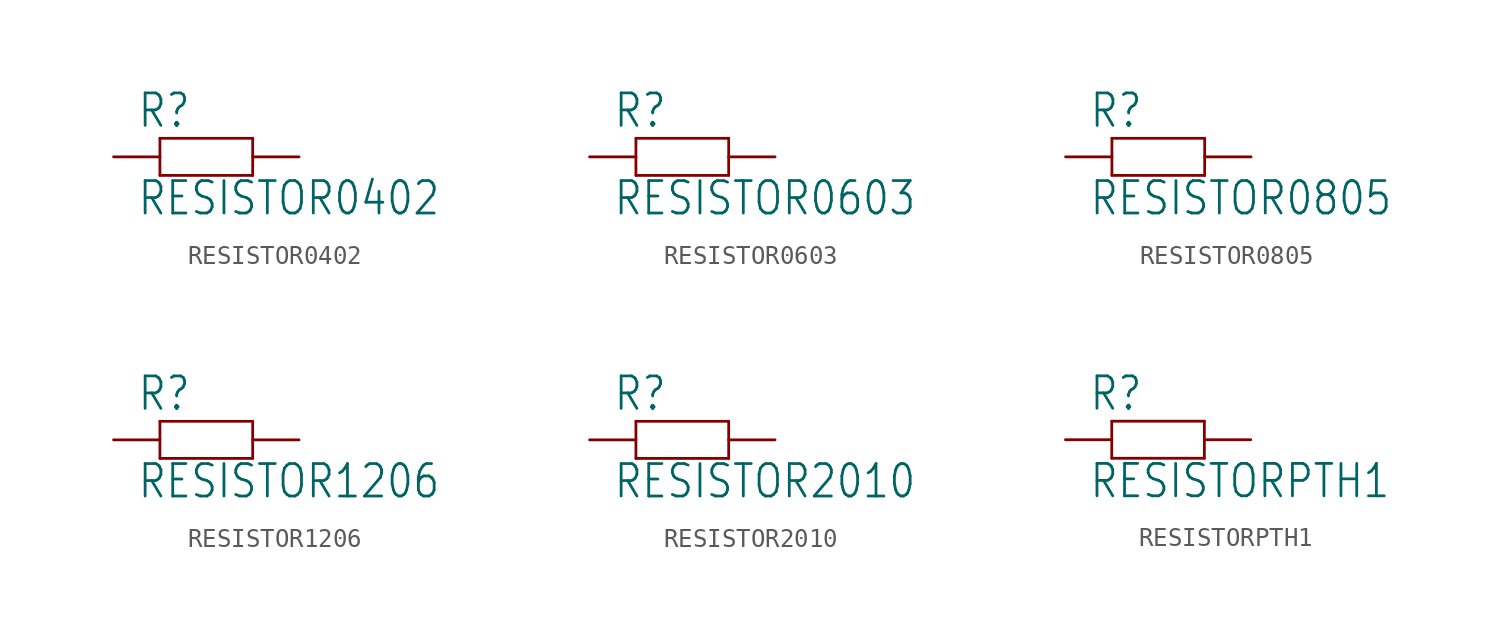
<source format=kicad_sym>
(kicad_symbol_lib
  (version 20211014)
  (generator kicad_symbol_editor)
  (symbol "RESISTOR0402"
    (property "Reference" "R"
      (at -3.81 1.499 0)
      (effects (font (size 1.778 1.511)) (justify left bottom)))
    (property "Value" "RESISTOR0402"
      (at -3.81 -3.302 0)
      (effects (font (size 1.778 1.511)) (justify left bottom)))
    (property "ki_locked" ""
      (at 0 0 0)
      (effects (font (size 1.27 1.27))))
    (symbol "RESISTOR0402_1_0"
      (polyline (pts (xy -2.54 -1.016) (xy -2.54 1.016)) (stroke (width 0.152) (type default) (color 0 0 0 0)) (fill (type none)))
      (polyline (pts (xy -2.54 -1.016) (xy 2.54 -1.016)) (stroke (width 0.152) (type default) (color 0 0 0 0)) (fill (type none)))
      (polyline (pts (xy -2.54 1.016) (xy 2.54 1.016)) (stroke (width 0.152) (type default) (color 0 0 0 0)) (fill (type none)))
      (polyline (pts (xy 2.54 -1.016) (xy 2.54 1.016)) (stroke (width 0.152) (type default) (color 0 0 0 0)) (fill (type none)))
      (pin passive line (at -5.08 0 0) (length 2.54) (name "1" (effects (font (size 0 0)))) (number "1" (effects (font (size 0 0)))))
      (pin passive line (at 5.08 0 180) (length 2.54) (name "2" (effects (font (size 0 0)))) (number "2" (effects (font (size 0 0)))))))
  (symbol "RESISTOR0603"
    (property "Reference" "R"
      (at -3.81 1.499 0)
      (effects (font (size 1.778 1.511)) (justify left bottom)))
    (property "Value" "RESISTOR0603"
      (at -3.81 -3.302 0)
      (effects (font (size 1.778 1.511)) (justify left bottom)))
    (property "ki_locked" ""
      (at 0 0 0)
      (effects (font (size 1.27 1.27))))
    (symbol "RESISTOR0603_1_0"
      (polyline (pts (xy -2.54 -1.016) (xy -2.54 1.016)) (stroke (width 0.152) (type default) (color 0 0 0 0)) (fill (type none)))
      (polyline (pts (xy -2.54 -1.016) (xy 2.54 -1.016)) (stroke (width 0.152) (type default) (color 0 0 0 0)) (fill (type none)))
      (polyline (pts (xy -2.54 1.016) (xy 2.54 1.016)) (stroke (width 0.152) (type default) (color 0 0 0 0)) (fill (type none)))
      (polyline (pts (xy 2.54 -1.016) (xy 2.54 1.016)) (stroke (width 0.152) (type default) (color 0 0 0 0)) (fill (type none)))
      (pin passive line (at -5.08 0 0) (length 2.54) (name "1" (effects (font (size 0 0)))) (number "1" (effects (font (size 0 0)))))
      (pin passive line (at 5.08 0 180) (length 2.54) (name "2" (effects (font (size 0 0)))) (number "2" (effects (font (size 0 0)))))))
  (symbol "RESISTOR0805"
    (property "Reference" "R"
      (at -3.81 1.499 0)
      (effects (font (size 1.778 1.511)) (justify left bottom)))
    (property "Value" "RESISTOR0805"
      (at -3.81 -3.302 0)
      (effects (font (size 1.778 1.511)) (justify left bottom)))
    (property "ki_locked" ""
      (at 0 0 0)
      (effects (font (size 1.27 1.27))))
    (symbol "RESISTOR0805_1_0"
      (polyline (pts (xy -2.54 -1.016) (xy -2.54 1.016)) (stroke (width 0.152) (type default) (color 0 0 0 0)) (fill (type none)))
      (polyline (pts (xy -2.54 -1.016) (xy 2.54 -1.016)) (stroke (width 0.152) (type default) (color 0 0 0 0)) (fill (type none)))
      (polyline (pts (xy -2.54 1.016) (xy 2.54 1.016)) (stroke (width 0.152) (type default) (color 0 0 0 0)) (fill (type none)))
      (polyline (pts (xy 2.54 -1.016) (xy 2.54 1.016)) (stroke (width 0.152) (type default) (color 0 0 0 0)) (fill (type none)))
      (pin passive line (at -5.08 0 0) (length 2.54) (name "1" (effects (font (size 0 0)))) (number "1" (effects (font (size 0 0)))))
      (pin passive line (at 5.08 0 180) (length 2.54) (name "2" (effects (font (size 0 0)))) (number "2" (effects (font (size 0 0)))))))
  (symbol "RESISTOR1206"
    (property "Reference" "R"
      (at -3.81 1.499 0)
      (effects (font (size 1.778 1.511)) (justify left bottom)))
    (property "Value" "RESISTOR1206"
      (at -3.81 -3.302 0)
      (effects (font (size 1.778 1.511)) (justify left bottom)))
    (property "ki_locked" ""
      (at 0 0 0)
      (effects (font (size 1.27 1.27))))
    (symbol "RESISTOR1206_1_0"
      (polyline (pts (xy -2.54 -1.016) (xy -2.54 1.016)) (stroke (width 0.152) (type default) (color 0 0 0 0)) (fill (type none)))
      (polyline (pts (xy -2.54 -1.016) (xy 2.54 -1.016)) (stroke (width 0.152) (type default) (color 0 0 0 0)) (fill (type none)))
      (polyline (pts (xy -2.54 1.016) (xy 2.54 1.016)) (stroke (width 0.152) (type default) (color 0 0 0 0)) (fill (type none)))
      (polyline (pts (xy 2.54 -1.016) (xy 2.54 1.016)) (stroke (width 0.152) (type default) (color 0 0 0 0)) (fill (type none)))
      (pin passive line (at -5.08 0 0) (length 2.54) (name "1" (effects (font (size 0 0)))) (number "1" (effects (font (size 0 0)))))
      (pin passive line (at 5.08 0 180) (length 2.54) (name "2" (effects (font (size 0 0)))) (number "2" (effects (font (size 0 0)))))))
  (symbol "RESISTOR2010"
    (property "Reference" "R"
      (at -3.81 1.499 0)
      (effects (font (size 1.778 1.511)) (justify left bottom)))
    (property "Value" "RESISTOR2010"
      (at -3.81 -3.302 0)
      (effects (font (size 1.778 1.511)) (justify left bottom)))
    (property "ki_locked" ""
      (at 0 0 0)
      (effects (font (size 1.27 1.27))))
    (symbol "RESISTOR2010_1_0"
      (polyline (pts (xy -2.54 -1.016) (xy -2.54 1.016)) (stroke (width 0.152) (type default) (color 0 0 0 0)) (fill (type none)))
      (polyline (pts (xy -2.54 -1.016) (xy 2.54 -1.016)) (stroke (width 0.152) (type default) (color 0 0 0 0)) (fill (type none)))
      (polyline (pts (xy -2.54 1.016) (xy 2.54 1.016)) (stroke (width 0.152) (type default) (color 0 0 0 0)) (fill (type none)))
      (polyline (pts (xy 2.54 -1.016) (xy 2.54 1.016)) (stroke (width 0.152) (type default) (color 0 0 0 0)) (fill (type none)))
      (pin passive line (at -5.08 0 0) (length 2.54) (name "1" (effects (font (size 0 0)))) (number "1" (effects (font (size 0 0)))))
      (pin passive line (at 5.08 0 180) (length 2.54) (name "2" (effects (font (size 0 0)))) (number "2" (effects (font (size 0 0)))))))
  (symbol "RESISTORPTH1"
    (property "Reference" "R"
      (at -3.81 1.499 0)
      (effects (font (size 1.778 1.511)) (justify left bottom)))
    (property "Value" "RESISTORPTH1"
      (at -3.81 -3.302 0)
      (effects (font (size 1.778 1.511)) (justify left bottom)))
    (property "ki_locked" ""
      (at 0 0 0)
      (effects (font (size 1.27 1.27))))
    (symbol "RESISTORPTH1_1_0"
      (polyline (pts (xy -2.54 -1.016) (xy -2.54 1.016)) (stroke (width 0.152) (type default) (color 0 0 0 0)) (fill (type none)))
      (polyline (pts (xy -2.54 -1.016) (xy 2.54 -1.016)) (stroke (width 0.152) (type default) (color 0 0 0 0)) (fill (type none)))
      (polyline (pts (xy -2.54 1.016) (xy 2.54 1.016)) (stroke (width 0.152) (type default) (color 0 0 0 0)) (fill (type none)))
      (polyline (pts (xy 2.54 -1.016) (xy 2.54 1.016)) (stroke (width 0.152) (type default) (color 0 0 0 0)) (fill (type none)))
      (pin passive line (at -5.08 0 0) (length 2.54) (name "1" (effects (font (size 0 0)))) (number "P$1" (effects (font (size 0 0)))))
      (pin passive line (at 5.08 0 180) (length 2.54) (name "2" (effects (font (size 0 0)))) (number "P$2" (effects (font (size 0 0))))))))
</source>
